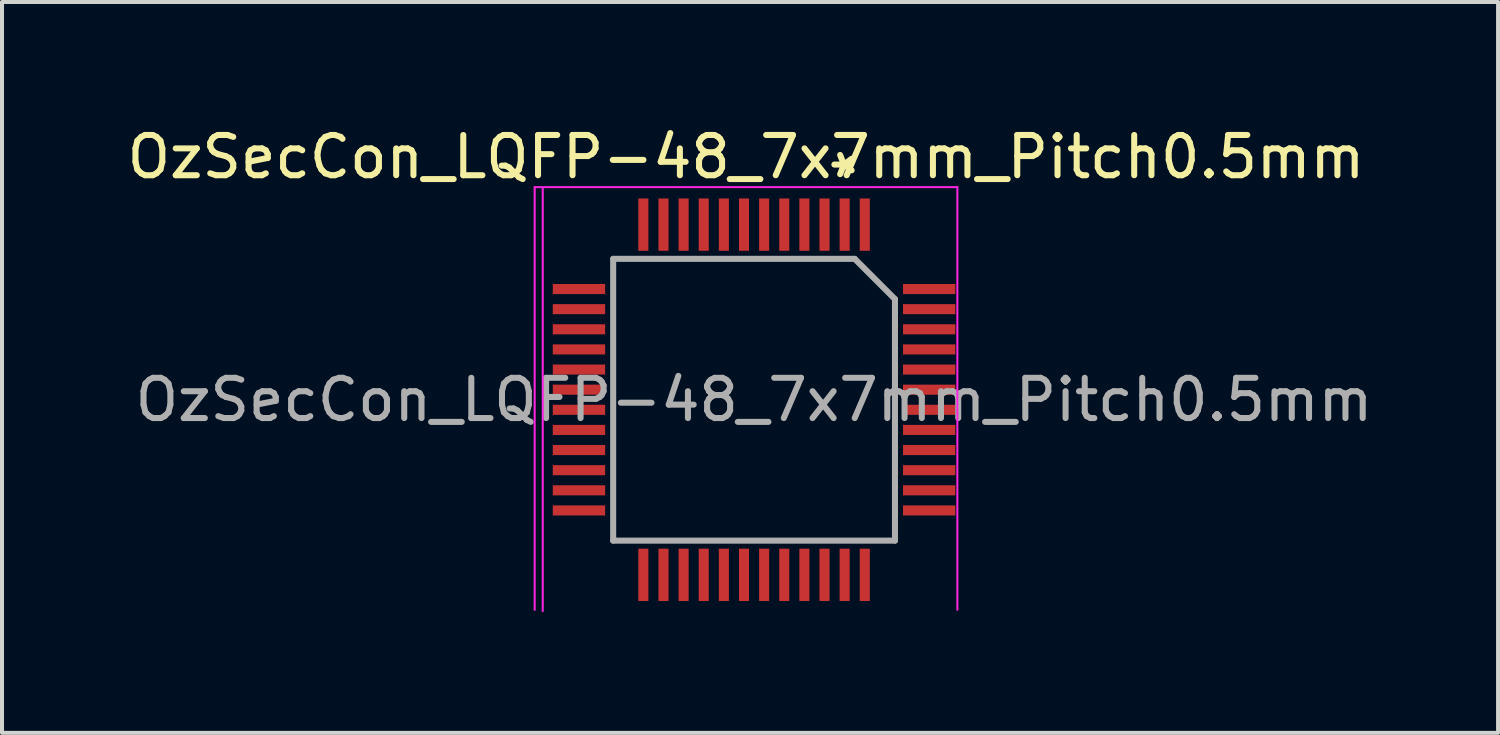
<source format=kicad_pcb>
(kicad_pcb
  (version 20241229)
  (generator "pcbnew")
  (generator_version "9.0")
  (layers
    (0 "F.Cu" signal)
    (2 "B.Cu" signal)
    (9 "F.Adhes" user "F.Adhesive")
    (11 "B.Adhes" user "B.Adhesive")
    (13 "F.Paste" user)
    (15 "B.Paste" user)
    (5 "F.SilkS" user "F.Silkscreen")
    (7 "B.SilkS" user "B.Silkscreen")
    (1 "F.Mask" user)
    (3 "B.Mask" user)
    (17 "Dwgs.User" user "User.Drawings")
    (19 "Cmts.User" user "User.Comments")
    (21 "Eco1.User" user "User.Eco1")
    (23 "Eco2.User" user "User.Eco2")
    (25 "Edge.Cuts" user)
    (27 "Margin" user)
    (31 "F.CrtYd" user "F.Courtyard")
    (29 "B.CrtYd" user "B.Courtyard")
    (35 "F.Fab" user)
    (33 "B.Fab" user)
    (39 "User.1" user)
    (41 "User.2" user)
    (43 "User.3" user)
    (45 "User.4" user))
  (footprint "OzSecCon_LQFP-48_7x7mm_Pitch0.5mm"
    (layer "F.Cu")
    (at 15.482 6.848)
    (property "Reference" "OzSecCon_LQFP-48_7x7mm_Pitch0.5mm" (at 0 -6 0) (layer "F.SilkS") (effects (font (size 1 1) (thickness 0.15))))
    (attr smd)
    (fp_line (start -5.25 -5.25) (end -5.25 5.25) (stroke (width 0.05) (type solid)) (layer "F.CrtYd"))
    (fp_line (start -5.25 -5.25) (end 5.25 -5.25) (stroke (width 0.05) (type solid)) (layer "F.CrtYd"))
    (fp_line (start -5.05 -5.218) (end -5.05 5.282) (stroke (width 0.05) (type solid)) (layer "F.CrtYd"))
    (fp_line (start 5.25 -5.25) (end 5.25 5.25) (stroke (width 0.05) (type solid)) (layer "F.CrtYd"))
    (fp_line (start -3.3 -3.468) (end 2.7 -3.468) (stroke (width 0.15) (type solid)) (layer "F.Fab"))
    (fp_line (start -3.3 3.532) (end -3.3 -3.468) (stroke (width 0.15) (type solid)) (layer "F.Fab"))
    (fp_line (start 2.7 -3.468) (end 3.7 -2.468) (stroke (width 0.15) (type solid)) (layer "F.Fab"))
    (fp_line (start 3.7 -2.468) (end 3.7 3.532) (stroke (width 0.15) (type solid)) (layer "F.Fab"))
    (fp_line (start 3.7 3.532) (end -3.3 3.532) (stroke (width 0.15) (type solid)) (layer "F.Fab"))
    (fp_text user "*" (at 2.74 -5.81 270) (layer "F.SilkS") (effects (font (size 1 1) (thickness 0.15))))
    (fp_text user "${REFERENCE}" (at 0.2 0.032 0) (layer "F.Fab") (effects (font (size 1 1) (thickness 0.15))))
    (pad "1" smd rect (at 2.95 -4.318 270) (size 1.3 0.25) (layers "F.Cu" "F.Mask" "F.Paste"))
    (pad "2" smd rect (at 2.45 -4.318 270) (size 1.3 0.25) (layers "F.Cu" "F.Mask" "F.Paste"))
    (pad "3" smd rect (at 1.95 -4.318 270) (size 1.3 0.25) (layers "F.Cu" "F.Mask" "F.Paste"))
    (pad "4" smd rect (at 1.45 -4.318 270) (size 1.3 0.25) (layers "F.Cu" "F.Mask" "F.Paste"))
    (pad "5" smd rect (at 0.95 -4.318 270) (size 1.3 0.25) (layers "F.Cu" "F.Mask" "F.Paste"))
    (pad "6" smd rect (at 0.45 -4.318 270) (size 1.3 0.25) (layers "F.Cu" "F.Mask" "F.Paste"))
    (pad "7" smd rect (at -0.05 -4.318 270) (size 1.3 0.25) (layers "F.Cu" "F.Mask" "F.Paste"))
    (pad "8" smd rect (at -0.55 -4.318 270) (size 1.3 0.25) (layers "F.Cu" "F.Mask" "F.Paste"))
    (pad "9" smd rect (at -1.05 -4.318 270) (size 1.3 0.25) (layers "F.Cu" "F.Mask" "F.Paste"))
    (pad "10" smd rect (at -1.55 -4.318 270) (size 1.3 0.25) (layers "F.Cu" "F.Mask" "F.Paste"))
    (pad "11" smd rect (at -2.05 -4.318 270) (size 1.3 0.25) (layers "F.Cu" "F.Mask" "F.Paste"))
    (pad "12" smd rect (at -2.55 -4.318 270) (size 1.3 0.25) (layers "F.Cu" "F.Mask" "F.Paste"))
    (pad "13" smd rect (at -4.15 -2.718) (size 1.3 0.25) (layers "F.Cu" "F.Mask" "F.Paste"))
    (pad "14" smd rect (at -4.15 -2.218) (size 1.3 0.25) (layers "F.Cu" "F.Mask" "F.Paste"))
    (pad "15" smd rect (at -4.15 -1.718) (size 1.3 0.25) (layers "F.Cu" "F.Mask" "F.Paste"))
    (pad "16" smd rect (at -4.15 -1.218) (size 1.3 0.25) (layers "F.Cu" "F.Mask" "F.Paste"))
    (pad "17" smd rect (at -4.15 -0.718) (size 1.3 0.25) (layers "F.Cu" "F.Mask" "F.Paste"))
    (pad "18" smd rect (at -4.15 -0.218) (size 1.3 0.25) (layers "F.Cu" "F.Mask" "F.Paste"))
    (pad "19" smd rect (at -4.15 0.282) (size 1.3 0.25) (layers "F.Cu" "F.Mask" "F.Paste"))
    (pad "20" smd rect (at -4.15 0.782) (size 1.3 0.25) (layers "F.Cu" "F.Mask" "F.Paste"))
    (pad "21" smd rect (at -4.15 1.282) (size 1.3 0.25) (layers "F.Cu" "F.Mask" "F.Paste"))
    (pad "22" smd rect (at -4.15 1.782) (size 1.3 0.25) (layers "F.Cu" "F.Mask" "F.Paste"))
    (pad "23" smd rect (at -4.15 2.282) (size 1.3 0.25) (layers "F.Cu" "F.Mask" "F.Paste"))
    (pad "24" smd rect (at -4.15 2.782) (size 1.3 0.25) (layers "F.Cu" "F.Mask" "F.Paste"))
    (pad "25" smd rect (at -2.55 4.382 270) (size 1.3 0.25) (layers "F.Cu" "F.Mask" "F.Paste"))
    (pad "26" smd rect (at -2.05 4.382 270) (size 1.3 0.25) (layers "F.Cu" "F.Mask" "F.Paste"))
    (pad "27" smd rect (at -1.55 4.382 270) (size 1.3 0.25) (layers "F.Cu" "F.Mask" "F.Paste"))
    (pad "28" smd rect (at -1.05 4.382 270) (size 1.3 0.25) (layers "F.Cu" "F.Mask" "F.Paste"))
    (pad "29" smd rect (at -0.55 4.382 270) (size 1.3 0.25) (layers "F.Cu" "F.Mask" "F.Paste"))
    (pad "30" smd rect (at -0.05 4.382 270) (size 1.3 0.25) (layers "F.Cu" "F.Mask" "F.Paste"))
    (pad "31" smd rect (at 0.45 4.382 270) (size 1.3 0.25) (layers "F.Cu" "F.Mask" "F.Paste"))
    (pad "32" smd rect (at 0.95 4.382 270) (size 1.3 0.25) (layers "F.Cu" "F.Mask" "F.Paste"))
    (pad "33" smd rect (at 1.45 4.382 270) (size 1.3 0.25) (layers "F.Cu" "F.Mask" "F.Paste"))
    (pad "34" smd rect (at 1.95 4.382 270) (size 1.3 0.25) (layers "F.Cu" "F.Mask" "F.Paste"))
    (pad "35" smd rect (at 2.45 4.382 270) (size 1.3 0.25) (layers "F.Cu" "F.Mask" "F.Paste"))
    (pad "36" smd rect (at 2.95 4.382 270) (size 1.3 0.25) (layers "F.Cu" "F.Mask" "F.Paste"))
    (pad "37" smd rect (at 4.55 2.782) (size 1.3 0.25) (layers "F.Cu" "F.Mask" "F.Paste"))
    (pad "38" smd rect (at 4.55 2.282) (size 1.3 0.25) (layers "F.Cu" "F.Mask" "F.Paste"))
    (pad "39" smd rect (at 4.55 1.782) (size 1.3 0.25) (layers "F.Cu" "F.Mask" "F.Paste"))
    (pad "40" smd rect (at 4.55 1.282) (size 1.3 0.25) (layers "F.Cu" "F.Mask" "F.Paste"))
    (pad "41" smd rect (at 4.55 0.782) (size 1.3 0.25) (layers "F.Cu" "F.Mask" "F.Paste"))
    (pad "42" smd rect (at 4.55 0.282) (size 1.3 0.25) (layers "F.Cu" "F.Mask" "F.Paste"))
    (pad "43" smd rect (at 4.55 -0.218) (size 1.3 0.25) (layers "F.Cu" "F.Mask" "F.Paste"))
    (pad "44" smd rect (at 4.55 -0.718) (size 1.3 0.25) (layers "F.Cu" "F.Mask" "F.Paste"))
    (pad "45" smd rect (at 4.55 -1.218) (size 1.3 0.25) (layers "F.Cu" "F.Mask" "F.Paste"))
    (pad "46" smd rect (at 4.55 -1.718) (size 1.3 0.25) (layers "F.Cu" "F.Mask" "F.Paste"))
    (pad "47" smd rect (at 4.55 -2.218) (size 1.3 0.25) (layers "F.Cu" "F.Mask" "F.Paste"))
    (pad "48" smd rect (at 4.55 -2.718) (size 1.3 0.25) (layers "F.Cu" "F.Mask" "F.Paste")))
  (gr_rect
    (start -3 -3)
    (end 34.164 15.155)
    (stroke (width 0.1) (type default))
    (fill no)
    (layer "Edge.Cuts")))
</source>
